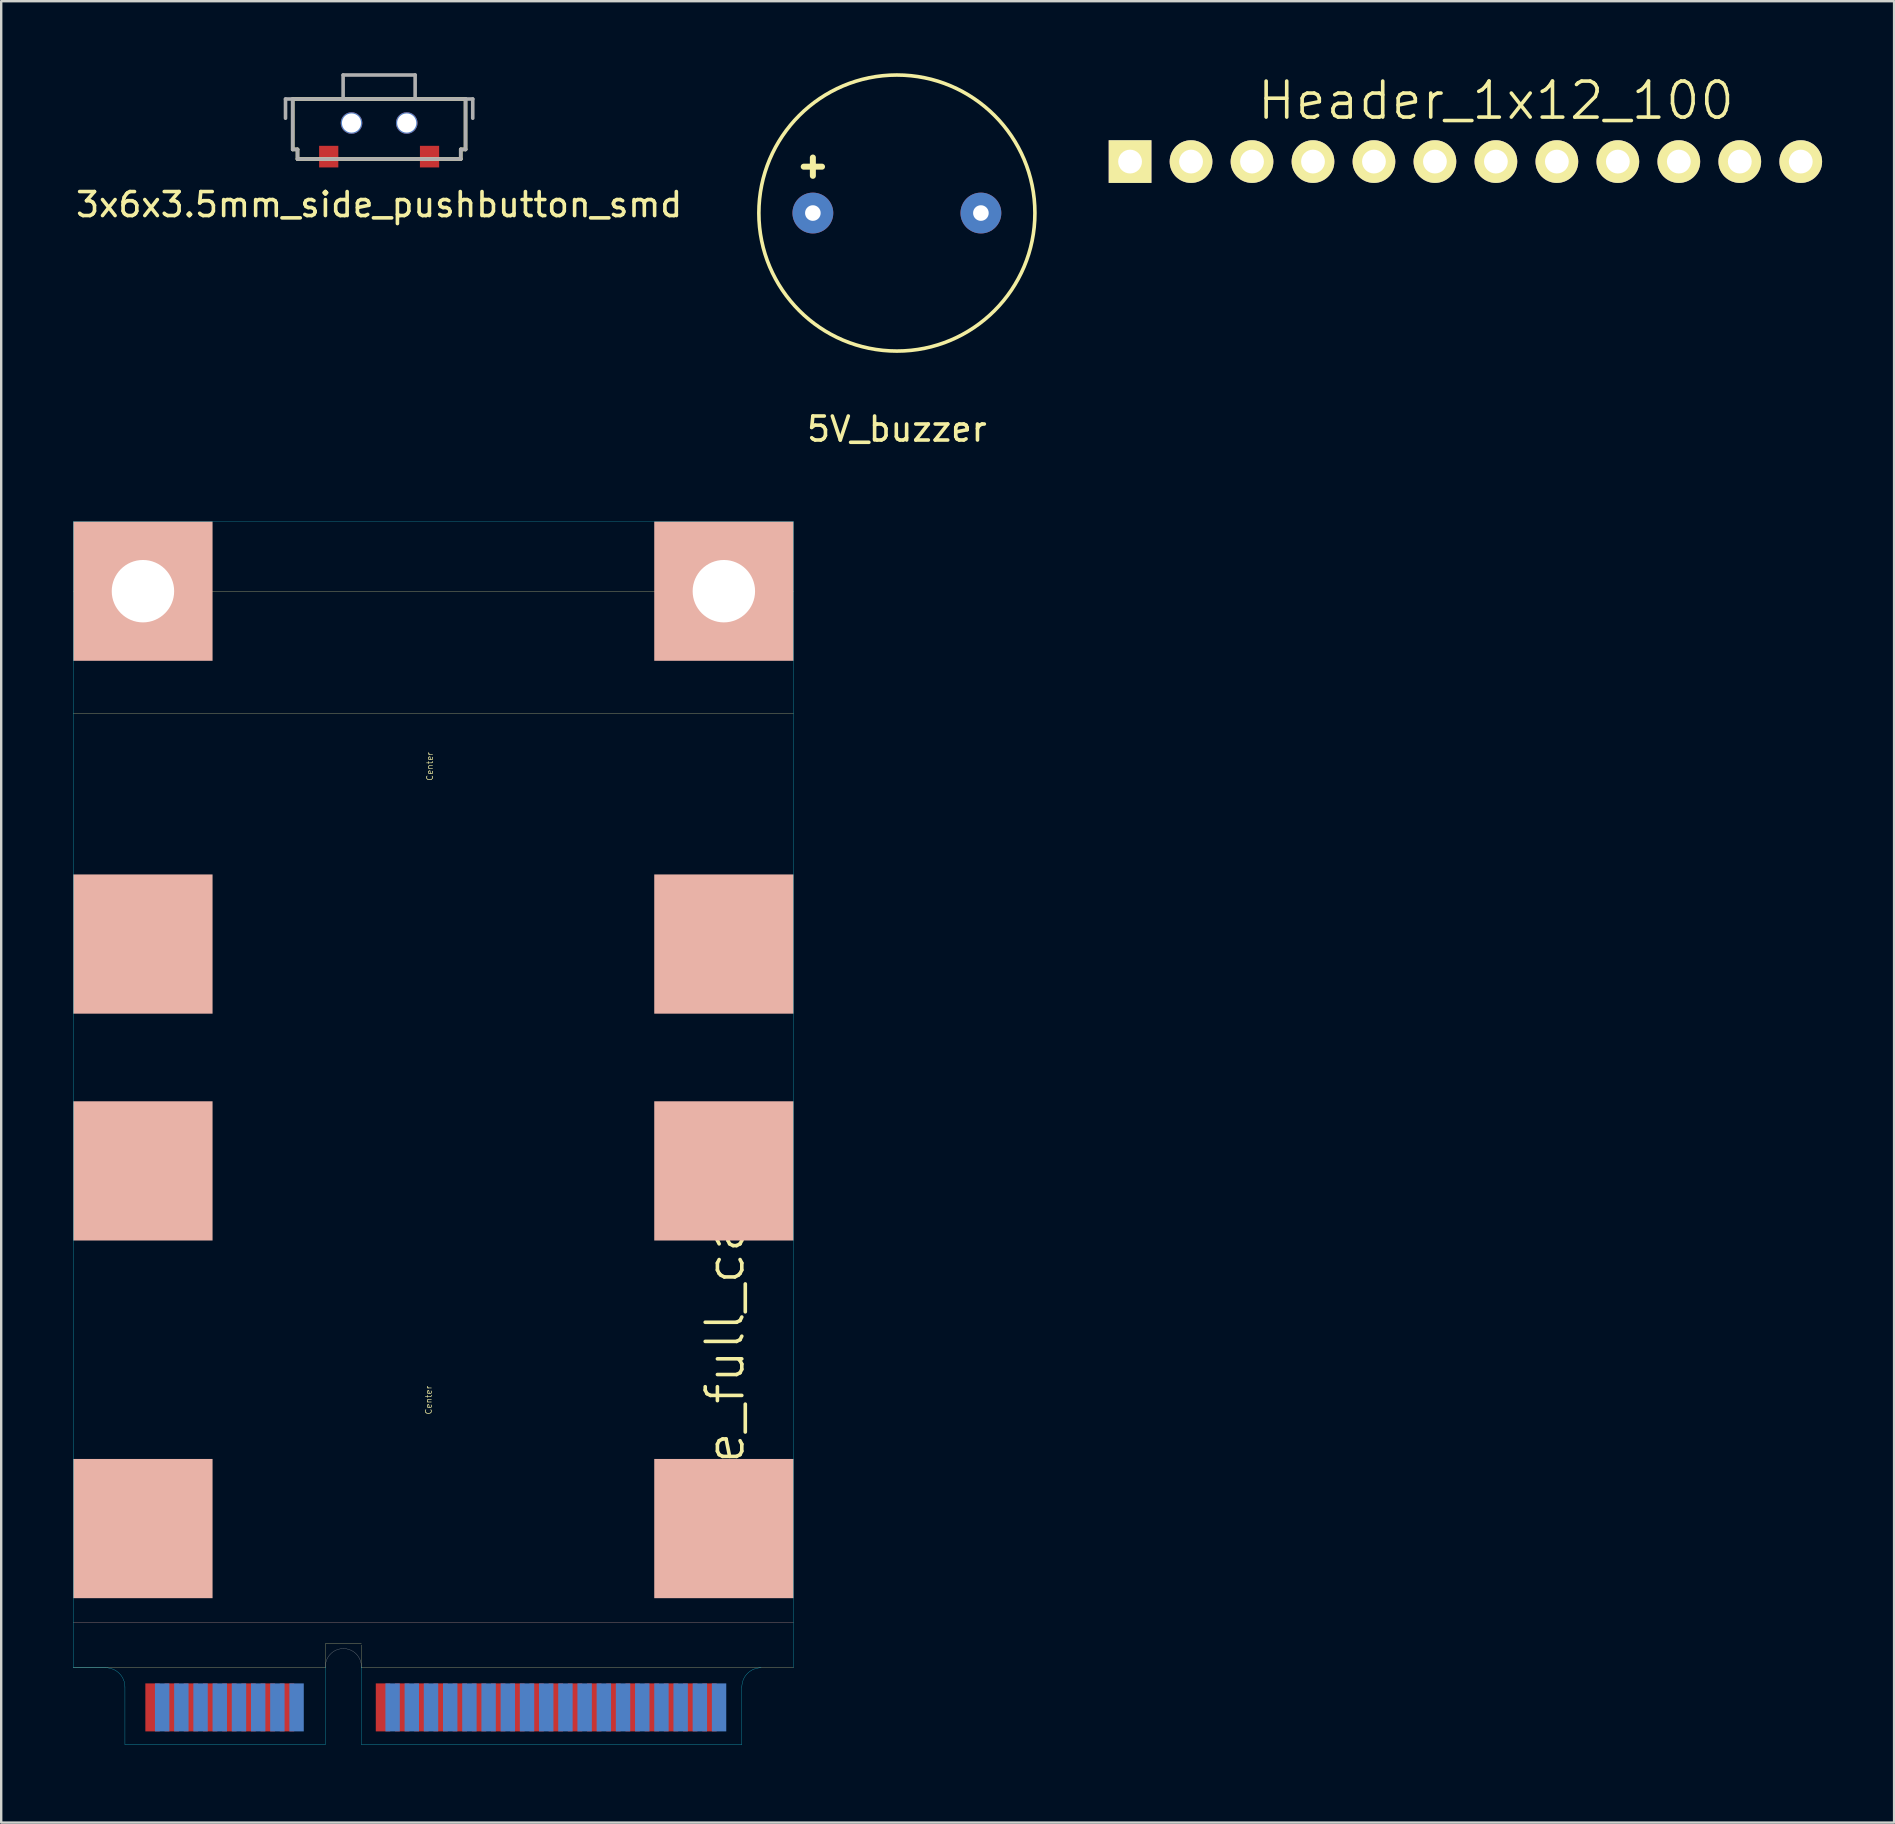
<source format=kicad_pcb>
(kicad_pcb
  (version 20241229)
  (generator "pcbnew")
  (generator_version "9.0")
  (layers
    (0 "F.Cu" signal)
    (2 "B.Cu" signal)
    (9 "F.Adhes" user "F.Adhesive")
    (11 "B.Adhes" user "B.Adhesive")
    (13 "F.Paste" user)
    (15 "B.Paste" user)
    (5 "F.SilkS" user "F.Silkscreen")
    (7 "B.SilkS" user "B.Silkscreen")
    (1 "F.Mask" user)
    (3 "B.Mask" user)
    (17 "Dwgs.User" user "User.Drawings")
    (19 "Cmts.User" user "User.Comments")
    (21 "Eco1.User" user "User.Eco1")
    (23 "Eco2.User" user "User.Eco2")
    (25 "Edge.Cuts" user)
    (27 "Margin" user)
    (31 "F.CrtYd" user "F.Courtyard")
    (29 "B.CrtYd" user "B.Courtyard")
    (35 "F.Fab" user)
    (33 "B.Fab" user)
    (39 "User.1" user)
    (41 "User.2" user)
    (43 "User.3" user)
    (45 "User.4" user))
  (footprint "3x6x3.5mm_side_pushbutton_smd"
    (layer "F.Cu")
    (at 12.744 2.075)
    (property "Reference" "3x6x3.5mm_side_pushbutton_smd" (at 0 3.4 0) (layer "F.SilkS") (effects (font (size 1 1) (thickness 0.15))))
    (attr through_hole)
    (fp_line (start -3.6 -1) (end -3.6 1.1) (stroke (width 0.15) (type solid)) (layer "F.SilkS"))
    (fp_line (start -3.6 1.1) (end -3.4 1.1) (stroke (width 0.15) (type solid)) (layer "F.SilkS"))
    (fp_line (start -3.4 1.1) (end -3.4 1.5) (stroke (width 0.15) (type solid)) (layer "F.SilkS"))
    (fp_line (start -3.4 1.5) (end 3.4 1.5) (stroke (width 0.15) (type solid)) (layer "F.SilkS"))
    (fp_line (start 3.4 1.1) (end 3.6 1.1) (stroke (width 0.15) (type solid)) (layer "F.SilkS"))
    (fp_line (start 3.4 1.5) (end 3.4 1.1) (stroke (width 0.15) (type solid)) (layer "F.SilkS"))
    (fp_line (start 3.6 -1) (end -3.6 -1) (stroke (width 0.15) (type solid)) (layer "F.SilkS"))
    (fp_line (start 3.6 1.1) (end 3.6 -1) (stroke (width 0.15) (type solid)) (layer "F.SilkS"))
    (fp_line (start -3.9 -1) (end -3.9 -0.2) (stroke (width 0.15) (type solid)) (layer "F.Fab"))
    (fp_line (start -3.9 -1) (end 3.9 -1) (stroke (width 0.15) (type solid)) (layer "F.Fab"))
    (fp_line (start -3.6 -1) (end -3.6 1.1) (stroke (width 0.15) (type solid)) (layer "F.Fab"))
    (fp_line (start -3.6 1.1) (end -3.4 1.1) (stroke (width 0.15) (type solid)) (layer "F.Fab"))
    (fp_line (start -3.4 1.1) (end -3.4 1.5) (stroke (width 0.15) (type solid)) (layer "F.Fab"))
    (fp_line (start -3.4 1.5) (end 3.4 1.5) (stroke (width 0.15) (type solid)) (layer "F.Fab"))
    (fp_line (start -1.5 -2) (end -1.5 -1) (stroke (width 0.15) (type solid)) (layer "F.Fab"))
    (fp_line (start 1.5 -2) (end -1.5 -2) (stroke (width 0.15) (type solid)) (layer "F.Fab"))
    (fp_line (start 1.5 -1) (end 1.5 -2) (stroke (width 0.15) (type solid)) (layer "F.Fab"))
    (fp_line (start 3.4 1.1) (end 3.4 1.5) (stroke (width 0.15) (type solid)) (layer "F.Fab"))
    (fp_line (start 3.6 -1) (end 3.6 1.1) (stroke (width 0.15) (type solid)) (layer "F.Fab"))
    (fp_line (start 3.6 1.1) (end 3.4 1.1) (stroke (width 0.15) (type solid)) (layer "F.Fab"))
    (fp_line (start 3.9 -1) (end 3.9 -0.2) (stroke (width 0.15) (type solid)) (layer "F.Fab"))
    (pad "" np_thru_hole circle (at -1.15 0) (size 0.9 0.9) (drill 0.8) (layers "*.Cu" "*.Mask"))
    (pad "" np_thru_hole circle (at 1.15 0) (size 0.9 0.9) (drill 0.8) (layers "*.Cu" "*.Mask"))
    (pad "1" smd rect (at -2.1 1.4) (size 0.8 0.9) (layers "F.Cu" "F.Mask" "F.Paste"))
    (pad "2" smd rect (at 2.1 1.4) (size 0.8 0.9) (layers "F.Cu" "F.Mask" "F.Paste")))
  (footprint "5V_buzzer"
    (layer "F.Cu")
    (at 34.313 5.825)
    (property "Reference" "5V_buzzer" (at 0 9 0) (layer "F.SilkS") (effects (font (size 1 1) (thickness 0.15))))
    (attr through_hole)
    (fp_circle (center 0 0) (end 5.75 0) (stroke (width 0.15) (type solid)) (fill no) (layer "F.SilkS"))
    (fp_text user "+" (at -3.5 -2 0) (layer "F.SilkS") (effects (font (size 1 1) (thickness 0.25))))
    (pad "1" thru_hole circle (at -3.5 0) (size 1.7 1.7) (drill 0.65) (layers "*.Cu" "*.Mask"))
    (pad "2" thru_hole circle (at 3.5 0) (size 1.7 1.7) (drill 0.65) (layers "*.Cu" "*.Mask")))
  (footprint "Header_1x12_100"
    (layer "F.Cu")
    (at 44.027 3.681)
    (property "Reference" "Header_1x12_100" (at 15.24 -2.54 0) (layer "F.SilkS") (effects (font (size 1.5 1.5) (thickness 0.15))))
    (attr through_hole)
    (pad "1" thru_hole rect (at 0 0) (size 1.778 1.778) (drill 0.991) (layers "*.Cu" "*.Mask" "F.SilkS"))
    (pad "2" thru_hole circle (at 2.54 0) (size 1.778 1.778) (drill 0.991) (layers "*.Cu" "*.Mask" "F.SilkS"))
    (pad "3" thru_hole circle (at 5.08 0) (size 1.778 1.778) (drill 0.991) (layers "*.Cu" "*.Mask" "F.SilkS"))
    (pad "4" thru_hole circle (at 7.62 0) (size 1.778 1.778) (drill 0.991) (layers "*.Cu" "*.Mask" "F.SilkS"))
    (pad "5" thru_hole circle (at 10.16 0) (size 1.778 1.778) (drill 0.991) (layers "*.Cu" "*.Mask" "F.SilkS"))
    (pad "6" thru_hole circle (at 12.7 0) (size 1.778 1.778) (drill 0.991) (layers "*.Cu" "*.Mask" "F.SilkS"))
    (pad "7" thru_hole circle (at 15.24 0) (size 1.778 1.778) (drill 0.991) (layers "*.Cu" "*.Mask" "F.SilkS"))
    (pad "8" thru_hole circle (at 17.78 0) (size 1.778 1.778) (drill 0.991) (layers "*.Cu" "*.Mask" "F.SilkS"))
    (pad "9" thru_hole circle (at 20.32 0) (size 1.778 1.778) (drill 0.991) (layers "*.Cu" "*.Mask" "F.SilkS"))
    (pad "10" thru_hole circle (at 22.86 0) (size 1.778 1.778) (drill 0.991) (layers "*.Cu" "*.Mask" "F.SilkS"))
    (pad "11" thru_hole circle (at 25.4 0) (size 1.778 1.778) (drill 0.991) (layers "*.Cu" "*.Mask" "F.SilkS"))
    (pad "12" thru_hole circle (at 27.94 0) (size 1.778 1.778) (drill 0.991) (layers "*.Cu" "*.Mask" "F.SilkS")))
  (footprint "MPCIe_full_card"
    (layer "F.Cu")
    (at 15.005 69.628)
    (property "Reference" "MPCIe_full_card" (at 12.15 -15.2 90) (layer "F.SilkS") (effects (font (size 1.524 1.524) (thickness 0.15))))
    (attr through_hole)
    (fp_line (start -15 -3.2) (end -4.5 -3.2) (stroke (width 0.01) (type solid)) (layer "F.SilkS"))
    (fp_line (start -4.5 -4.2) (end -3 -4.2) (stroke (width 0.01) (type solid)) (layer "F.SilkS"))
    (fp_line (start -4.5 -3.2) (end -4.5 -4.2) (stroke (width 0.01) (type solid)) (layer "F.SilkS"))
    (fp_line (start -3 -4.15) (end -3 -3.2) (stroke (width 0.01) (type solid)) (layer "F.SilkS"))
    (fp_line (start -3 -3.2) (end 15 -3.2) (stroke (width 0.01) (type solid)) (layer "F.SilkS"))
    (fp_line (start 15 -48.05) (end -15 -48.05) (stroke (width 0.01) (type solid)) (layer "F.SilkS"))
    (fp_line (start 15 -42.95) (end -15 -42.95) (stroke (width 0.01) (type solid)) (layer "F.SilkS"))
    (fp_line (start -15 -5.1) (end 15 -5.1) (stroke (width 0.01) (type solid)) (layer "B.SilkS"))
    (fp_line (start -3.75 -4.5) (end -3.75 -0.15) (stroke (width 0.01) (type solid)) (layer "Eco1.User"))
    (fp_line (start 0 0) (end 0 -50.95) (stroke (width 0.01) (type solid)) (layer "Eco1.User"))
    (fp_line (start 15 -3.2) (end 13.65 -3.2) (stroke (width 0.01) (type solid)) (layer "Eco2.User"))
    (fp_line (start -15 -50.95) (end -15 -3.2) (stroke (width 0.01) (type solid)) (layer "B.CrtYd"))
    (fp_line (start -13.65 -3.2) (end -15 -3.2) (stroke (width 0.01) (type solid)) (layer "B.CrtYd"))
    (fp_line (start -12.85 0) (end -12.85 -2.4) (stroke (width 0.01) (type solid)) (layer "B.CrtYd"))
    (fp_line (start -4.5 0) (end -12.85 0) (stroke (width 0.01) (type solid)) (layer "B.CrtYd"))
    (fp_line (start -4.5 0) (end -4.5 -3.25) (stroke (width 0.01) (type solid)) (layer "B.CrtYd"))
    (fp_line (start -3 0) (end -3 -3.25) (stroke (width 0.01) (type solid)) (layer "B.CrtYd"))
    (fp_line (start -3 0) (end 12.85 0) (stroke (width 0.01) (type solid)) (layer "B.CrtYd"))
    (fp_line (start 12.85 0) (end 12.85 -2.4) (stroke (width 0.01) (type solid)) (layer "B.CrtYd"))
    (fp_line (start 15 -50.95) (end -15 -50.95) (stroke (width 0.01) (type solid)) (layer "B.CrtYd"))
    (fp_line (start 15 -3.2) (end 15 -50.95) (stroke (width 0.01) (type solid)) (layer "B.CrtYd"))
    (fp_arc (start -13.65 -3.2) (mid -13.084315 -2.965685) (end -12.85 -2.4) (stroke (width 0.01) (type solid)) (layer "B.CrtYd"))
    (fp_arc (start 12.85 -2.4) (mid 13.084315 -2.965685) (end 13.65 -3.2) (stroke (width 0.01) (type solid)) (layer "B.CrtYd"))
    (fp_arc (start -4.5 -3.25) (mid -3.75 -4) (end -3 -3.25) (stroke (width 0.01) (type solid)) (layer "F.Fab"))
    (fp_text user "Center" (at -0.15 -40.75 90) (layer "F.SilkS") (effects (font (size 0.25 0.25) (thickness 0.025))))
    (fp_text user "Center" (at -0.2 -14.35 90) (layer "F.SilkS") (effects (font (size 0.25 0.25) (thickness 0.025))))
    (pad "" np_thru_hole circle (at -12.1 -48.05) (size 2.6 2.6) (drill 2.6) (layers "*.Cu" "*.Mask" "F.SilkS"))
    (pad "" connect rect (at -12.1 -48.05) (size 5.8 5.8) (layers "B.SilkS"))
    (pad "" connect rect (at -12.1 -33.35) (size 5.8 5.8) (layers "B.SilkS"))
    (pad "" connect rect (at -12.1 -23.9) (size 5.8 5.8) (layers "B.SilkS"))
    (pad "" connect rect (at -12.1 -9) (size 5.8 5.8) (layers "B.SilkS"))
    (pad "" np_thru_hole circle (at 12.1 -48.05) (size 2.6 2.6) (drill 2.6) (layers "*.Cu" "*.Mask" "F.SilkS"))
    (pad "" connect rect (at 12.1 -48.05) (size 5.8 5.8) (layers "B.SilkS"))
    (pad "" connect rect (at 12.1 -33.35) (size 5.8 5.8) (layers "B.SilkS"))
    (pad "" connect rect (at 12.1 -23.9) (size 5.8 5.8) (layers "B.SilkS"))
    (pad "" connect rect (at 12.1 -9) (size 5.8 5.8) (layers "B.SilkS"))
    (pad "1" smd rect (at -11.7 -1.55) (size 0.6 2) (layers "F.Cu" "F.Mask" "F.Paste"))
    (pad "2" smd rect (at -11.3 -1.55) (size 0.6 2) (layers "B.Cu" "B.Mask" "B.Paste"))
    (pad "3" smd rect (at -10.9 -1.55) (size 0.6 2) (layers "F.Cu" "F.Mask" "F.Paste"))
    (pad "4" smd rect (at -10.5 -1.55) (size 0.6 2) (layers "B.Cu" "B.Mask" "B.Paste"))
    (pad "5" smd rect (at -10.1 -1.55) (size 0.6 2) (layers "F.Cu" "F.Mask" "F.Paste"))
    (pad "6" smd rect (at -9.7 -1.55) (size 0.6 2) (layers "B.Cu" "B.Mask" "B.Paste"))
    (pad "7" smd rect (at -9.3 -1.55) (size 0.6 2) (layers "F.Cu" "F.Mask" "F.Paste"))
    (pad "8" smd rect (at -8.9 -1.55) (size 0.6 2) (layers "B.Cu" "B.Mask" "B.Paste"))
    (pad "9" smd rect (at -8.5 -1.55) (size 0.6 2) (layers "F.Cu" "F.Mask" "F.Paste"))
    (pad "10" smd rect (at -8.1 -1.55) (size 0.6 2) (layers "B.Cu" "B.Mask" "B.Paste"))
    (pad "11" smd rect (at -7.7 -1.55) (size 0.6 2) (layers "F.Cu" "F.Mask" "F.Paste"))
    (pad "12" smd rect (at -7.3 -1.55) (size 0.6 2) (layers "B.Cu" "B.Mask" "B.Paste"))
    (pad "13" smd rect (at -6.9 -1.55) (size 0.6 2) (layers "F.Cu" "F.Mask" "F.Paste"))
    (pad "14" smd rect (at -6.5 -1.55) (size 0.6 2) (layers "B.Cu" "B.Mask" "B.Paste"))
    (pad "15" smd rect (at -6.1 -1.55) (size 0.6 2) (layers "F.Cu" "F.Mask" "F.Paste"))
    (pad "16" smd rect (at -5.7 -1.55) (size 0.6 2) (layers "B.Cu" "B.Mask" "B.Paste"))
    (pad "17" smd rect (at -2.1 -1.55) (size 0.6 2) (layers "F.Cu" "F.Mask" "F.Paste"))
    (pad "18" smd rect (at -1.7 -1.55) (size 0.6 2) (layers "B.Cu" "B.Mask" "B.Paste"))
    (pad "19" smd rect (at -1.3 -1.55) (size 0.6 2) (layers "F.Cu" "F.Mask" "F.Paste"))
    (pad "20" smd rect (at -0.9 -1.55) (size 0.6 2) (layers "B.Cu" "B.Mask" "B.Paste"))
    (pad "21" smd rect (at -0.5 -1.55) (size 0.6 2) (layers "F.Cu" "F.Mask" "F.Paste"))
    (pad "22" smd rect (at -0.1 -1.55) (size 0.6 2) (layers "B.Cu" "B.Mask" "B.Paste"))
    (pad "23" smd rect (at 0.3 -1.55) (size 0.6 2) (layers "F.Cu" "F.Mask" "F.Paste"))
    (pad "24" smd rect (at 0.7 -1.55) (size 0.6 2) (layers "B.Cu" "B.Mask" "B.Paste"))
    (pad "25" smd rect (at 1.1 -1.55) (size 0.6 2) (layers "F.Cu" "F.Mask" "F.Paste"))
    (pad "26" smd rect (at 1.5 -1.55) (size 0.6 2) (layers "B.Cu" "B.Mask" "B.Paste"))
    (pad "27" smd rect (at 1.9 -1.55) (size 0.6 2) (layers "F.Cu" "F.Mask" "F.Paste"))
    (pad "28" smd rect (at 2.3 -1.55) (size 0.6 2) (layers "B.Cu" "B.Mask" "B.Paste"))
    (pad "29" smd rect (at 2.7 -1.55) (size 0.6 2) (layers "F.Cu" "F.Mask" "F.Paste"))
    (pad "30" smd rect (at 3.1 -1.55) (size 0.6 2) (layers "B.Cu" "B.Mask" "B.Paste"))
    (pad "31" smd rect (at 3.5 -1.55) (size 0.6 2) (layers "F.Cu" "F.Mask" "F.Paste"))
    (pad "32" smd rect (at 3.9 -1.55) (size 0.6 2) (layers "B.Cu" "B.Mask" "B.Paste"))
    (pad "33" smd rect (at 4.3 -1.55) (size 0.6 2) (layers "F.Cu" "F.Mask" "F.Paste"))
    (pad "34" smd rect (at 4.7 -1.55) (size 0.6 2) (layers "B.Cu" "B.Mask" "B.Paste"))
    (pad "35" smd rect (at 5.1 -1.55) (size 0.6 2) (layers "F.Cu" "F.Mask" "F.Paste"))
    (pad "36" smd rect (at 5.5 -1.55) (size 0.6 2) (layers "B.Cu" "B.Mask" "B.Paste"))
    (pad "37" smd rect (at 5.9 -1.55) (size 0.6 2) (layers "F.Cu" "F.Mask" "F.Paste"))
    (pad "38" smd rect (at 6.3 -1.55) (size 0.6 2) (layers "B.Cu" "B.Mask" "B.Paste"))
    (pad "39" smd rect (at 6.7 -1.55) (size 0.6 2) (layers "F.Cu" "F.Mask" "F.Paste"))
    (pad "40" smd rect (at 7.1 -1.55) (size 0.6 2) (layers "B.Cu" "B.Mask" "B.Paste"))
    (pad "41" smd rect (at 7.5 -1.55) (size 0.6 2) (layers "F.Cu" "F.Mask" "F.Paste"))
    (pad "42" smd rect (at 7.9 -1.55) (size 0.6 2) (layers "B.Cu" "B.Mask" "B.Paste"))
    (pad "43" smd rect (at 8.3 -1.55) (size 0.6 2) (layers "F.Cu" "F.Mask" "F.Paste"))
    (pad "44" smd rect (at 8.7 -1.55) (size 0.6 2) (layers "B.Cu" "B.Mask" "B.Paste"))
    (pad "45" smd rect (at 9.1 -1.55) (size 0.6 2) (layers "F.Cu" "F.Mask" "F.Paste"))
    (pad "46" smd rect (at 9.5 -1.55) (size 0.6 2) (layers "B.Cu" "B.Mask" "B.Paste"))
    (pad "47" smd rect (at 9.9 -1.55) (size 0.6 2) (layers "F.Cu" "F.Mask" "F.Paste"))
    (pad "48" smd rect (at 10.3 -1.55) (size 0.6 2) (layers "B.Cu" "B.Mask" "B.Paste"))
    (pad "49" smd rect (at 10.7 -1.55) (size 0.6 2) (layers "F.Cu" "F.Mask" "F.Paste"))
    (pad "50" smd rect (at 11.1 -1.55) (size 0.6 2) (layers "B.Cu" "B.Mask" "B.Paste"))
    (pad "51" smd rect (at 11.5 -1.55) (size 0.6 2) (layers "F.Cu" "F.Mask" "F.Paste"))
    (pad "52" smd rect (at 11.9 -1.55) (size 0.6 2) (layers "B.Cu" "B.Mask" "B.Paste")))
  (gr_rect
    (start -3 -3)
    (end 75.856 72.878)
    (stroke (width 0.1) (type default))
    (fill no)
    (layer "Edge.Cuts")))
</source>
